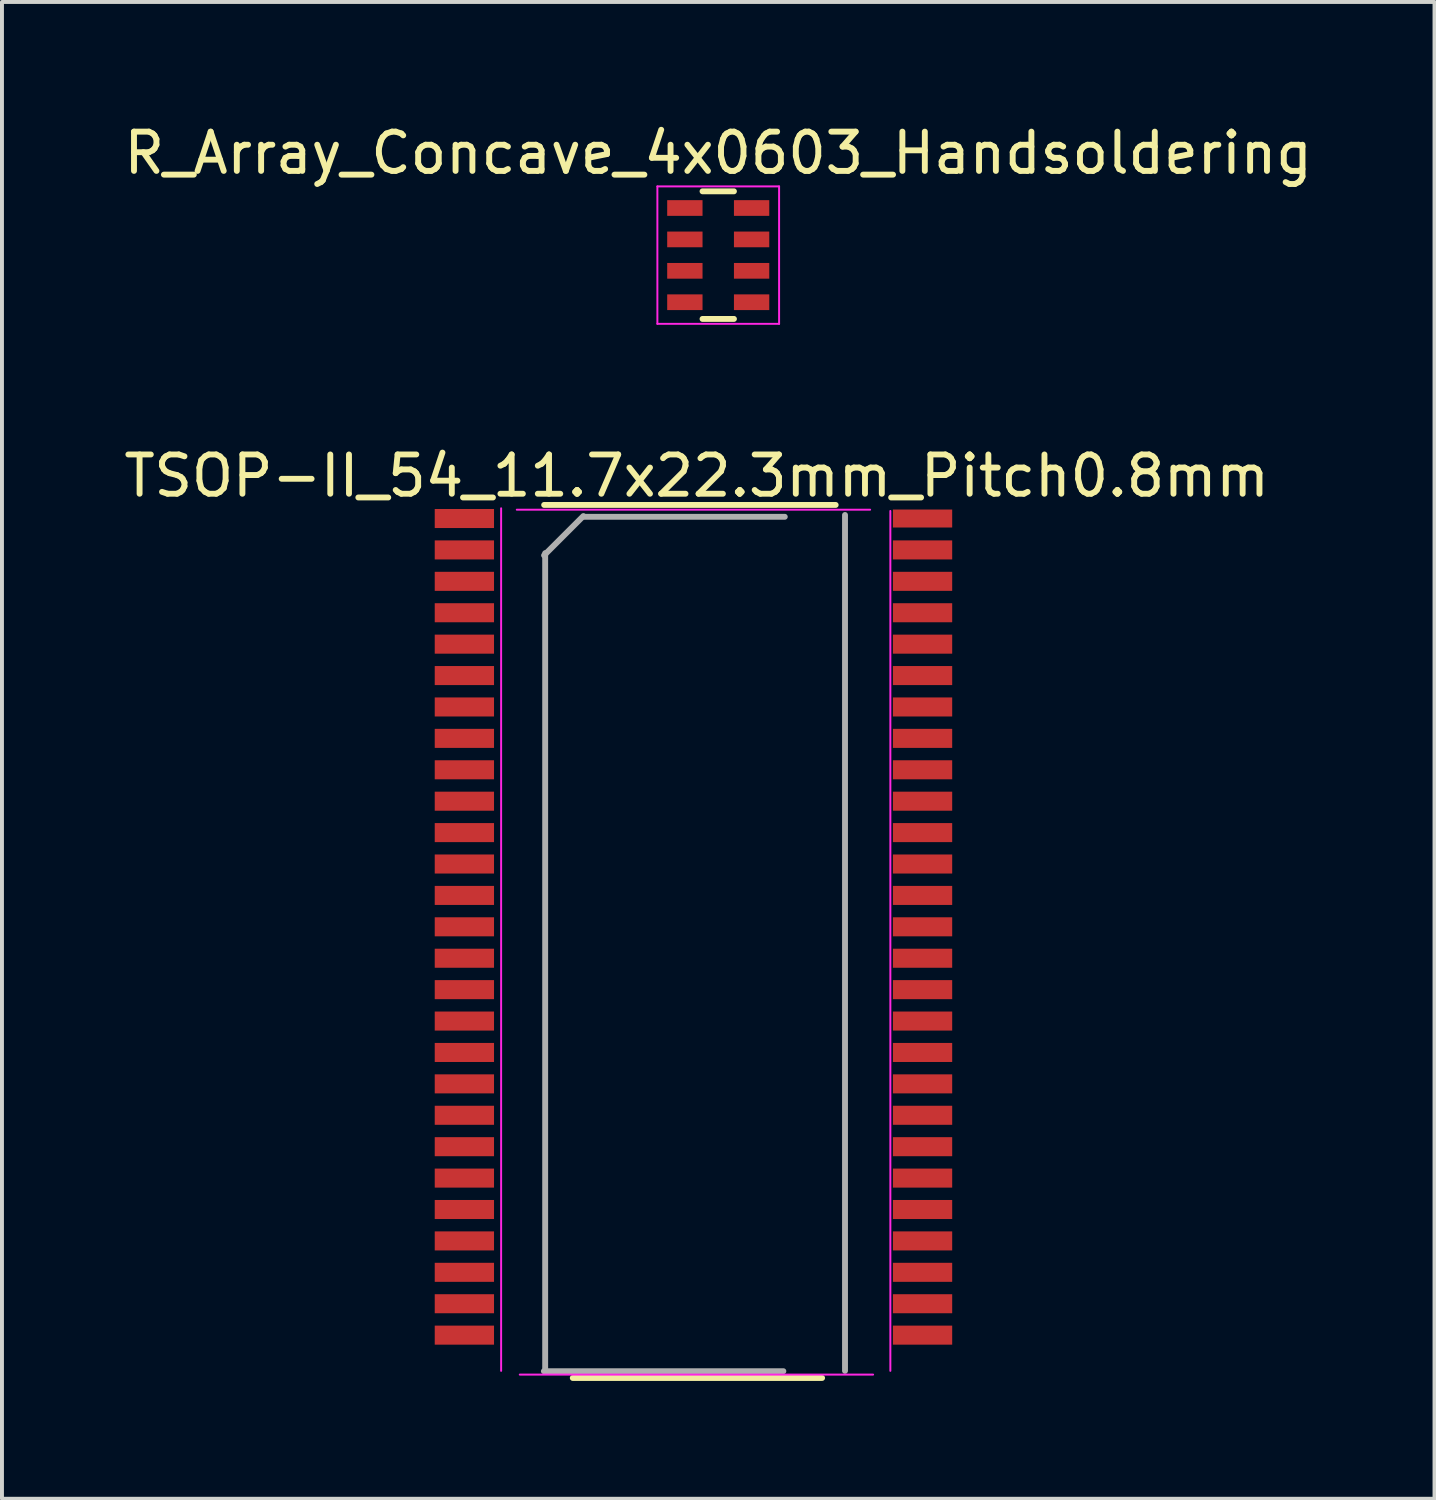
<source format=kicad_pcb>
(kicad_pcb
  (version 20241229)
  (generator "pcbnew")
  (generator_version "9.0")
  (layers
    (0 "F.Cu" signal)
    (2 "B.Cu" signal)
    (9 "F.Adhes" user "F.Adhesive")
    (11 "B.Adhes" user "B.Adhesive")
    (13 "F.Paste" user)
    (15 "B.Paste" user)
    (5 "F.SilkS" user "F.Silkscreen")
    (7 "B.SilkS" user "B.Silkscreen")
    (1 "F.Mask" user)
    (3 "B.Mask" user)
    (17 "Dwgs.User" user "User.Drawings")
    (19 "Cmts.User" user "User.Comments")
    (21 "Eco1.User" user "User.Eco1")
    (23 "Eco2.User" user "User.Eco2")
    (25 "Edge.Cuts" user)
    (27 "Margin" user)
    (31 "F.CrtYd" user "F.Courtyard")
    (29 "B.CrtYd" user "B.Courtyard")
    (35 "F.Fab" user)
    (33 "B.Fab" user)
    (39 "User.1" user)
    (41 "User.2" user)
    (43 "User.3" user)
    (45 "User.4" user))
  (footprint "R_Array_Concave_4x0603_Handsoldering"
    (layer "F.Cu")
    (at 15.244 3.448)
    (property "Reference" "R_Array_Concave_4x0603_Handsoldering" (at 0 -2.6 0) (layer "F.SilkS") (effects (font (size 1 1) (thickness 0.15))))
    (attr smd)
    (fp_line (start 0.4 -1.625) (end -0.4 -1.625) (stroke (width 0.15) (type solid)) (layer "F.SilkS"))
    (fp_line (start 0.4 1.625) (end -0.4 1.625) (stroke (width 0.15) (type solid)) (layer "F.SilkS"))
    (fp_line (start -1.55 -1.75) (end -1.55 1.75) (stroke (width 0.05) (type solid)) (layer "F.CrtYd"))
    (fp_line (start -1.55 -1.75) (end 1.55 -1.75) (stroke (width 0.05) (type solid)) (layer "F.CrtYd"))
    (fp_line (start -1.55 1.75) (end 1.55 1.75) (stroke (width 0.05) (type solid)) (layer "F.CrtYd"))
    (fp_line (start 1.55 -1.75) (end 1.55 1.75) (stroke (width 0.05) (type solid)) (layer "F.CrtYd"))
    (pad "1" smd rect (at -0.85 -1.2) (size 0.9 0.4) (layers "F.Cu" "F.Mask" "F.Paste"))
    (pad "2" smd rect (at -0.85 -0.4) (size 0.9 0.4) (layers "F.Cu" "F.Mask" "F.Paste"))
    (pad "3" smd rect (at -0.85 0.4) (size 0.9 0.4) (layers "F.Cu" "F.Mask" "F.Paste"))
    (pad "4" smd rect (at -0.85 1.2) (size 0.9 0.4) (layers "F.Cu" "F.Mask" "F.Paste"))
    (pad "5" smd rect (at 0.85 1.2) (size 0.9 0.4) (layers "F.Cu" "F.Mask" "F.Paste"))
    (pad "6" smd rect (at 0.85 0.4) (size 0.9 0.4) (layers "F.Cu" "F.Mask" "F.Paste"))
    (pad "7" smd rect (at 0.85 -0.4) (size 0.9 0.4) (layers "F.Cu" "F.Mask" "F.Paste"))
    (pad "8" smd rect (at 0.85 -1.2) (size 0.9 0.4) (layers "F.Cu" "F.Mask" "F.Paste")))
  (footprint "TSOP-II_54_11.7x22.3mm_Pitch0.8mm"
    (layer "F.Cu")
    (at 14.671 20.557)
    (property "Reference" "TSOP-II_54_11.7x22.3mm_Pitch0.8mm" (at 0.025 -11.486 0) (layer "F.SilkS") (effects (font (size 1 1) (thickness 0.15))))
    (attr smd)
    (fp_line (start -3.861 -10.746) (end 3.564 -10.746) (stroke (width 0.15) (type solid)) (layer "F.SilkS"))
    (fp_line (start -3.132 11.491) (end 3.218 11.491) (stroke (width 0.15) (type solid)) (layer "F.SilkS"))
    (fp_line (start -4.957 -10.66) (end -4.957 11.31) (stroke (width 0.05) (type solid)) (layer "F.CrtYd"))
    (fp_line (start -4.558 -10.625) (end 4.442 -10.625) (stroke (width 0.05) (type solid)) (layer "F.CrtYd"))
    (fp_line (start -4.482 11.405) (end 4.518 11.405) (stroke (width 0.05) (type solid)) (layer "F.CrtYd"))
    (fp_line (start 4.957 -10.592) (end 4.957 11.31) (stroke (width 0.05) (type solid)) (layer "F.CrtYd"))
    (fp_line (start -3.863 -9.462) (end -2.863 -10.462) (stroke (width 0.15) (type solid)) (layer "F.Fab"))
    (fp_line (start -3.835 11.326) (end -3.835 -9.518) (stroke (width 0.15) (type solid)) (layer "F.Fab"))
    (fp_line (start -2.832 -10.444) (end 2.268 -10.444) (stroke (width 0.15) (type solid)) (layer "F.Fab"))
    (fp_line (start 2.232 11.318) (end -3.868 11.318) (stroke (width 0.15) (type solid)) (layer "F.Fab"))
    (fp_line (start 3.802 -10.49) (end 3.802 11.31) (stroke (width 0.15) (type solid)) (layer "F.Fab"))
    (pad "1" smd rect (at -5.893 -10.4) (size 1.51 0.485) (layers "F.Cu" "F.Mask" "F.Paste"))
    (pad "2" smd rect (at -5.893 -9.6) (size 1.51 0.485) (layers "F.Cu" "F.Mask" "F.Paste"))
    (pad "3" smd rect (at -5.893 -8.8) (size 1.51 0.485) (layers "F.Cu" "F.Mask" "F.Paste"))
    (pad "4" smd rect (at -5.893 -8) (size 1.51 0.485) (layers "F.Cu" "F.Mask" "F.Paste"))
    (pad "5" smd rect (at -5.893 -7.2) (size 1.51 0.485) (layers "F.Cu" "F.Mask" "F.Paste"))
    (pad "6" smd rect (at -5.893 -6.4) (size 1.51 0.485) (layers "F.Cu" "F.Mask" "F.Paste"))
    (pad "7" smd rect (at -5.893 -5.6) (size 1.51 0.485) (layers "F.Cu" "F.Mask" "F.Paste"))
    (pad "8" smd rect (at -5.893 -4.8) (size 1.51 0.485) (layers "F.Cu" "F.Mask" "F.Paste"))
    (pad "9" smd rect (at -5.893 -4) (size 1.51 0.485) (layers "F.Cu" "F.Mask" "F.Paste"))
    (pad "10" smd rect (at -5.893 -3.2) (size 1.51 0.485) (layers "F.Cu" "F.Mask" "F.Paste"))
    (pad "11" smd rect (at -5.893 -2.4) (size 1.51 0.485) (layers "F.Cu" "F.Mask" "F.Paste"))
    (pad "12" smd rect (at -5.893 -1.6) (size 1.51 0.485) (layers "F.Cu" "F.Mask" "F.Paste"))
    (pad "13" smd rect (at -5.893 -0.8) (size 1.51 0.485) (layers "F.Cu" "F.Mask" "F.Paste"))
    (pad "14" smd rect (at -5.893 -0.00046) (size 1.51 0.485) (layers "F.Cu" "F.Mask" "F.Paste"))
    (pad "15" smd rect (at -5.893 0.8) (size 1.51 0.485) (layers "F.Cu" "F.Mask" "F.Paste"))
    (pad "16" smd rect (at -5.893 1.6) (size 1.51 0.485) (layers "F.Cu" "F.Mask" "F.Paste"))
    (pad "17" smd rect (at -5.893 2.4) (size 1.51 0.485) (layers "F.Cu" "F.Mask" "F.Paste"))
    (pad "18" smd rect (at -5.893 3.2) (size 1.51 0.485) (layers "F.Cu" "F.Mask" "F.Paste"))
    (pad "19" smd rect (at -5.893 4) (size 1.51 0.485) (layers "F.Cu" "F.Mask" "F.Paste"))
    (pad "20" smd rect (at -5.893 4.8) (size 1.51 0.485) (layers "F.Cu" "F.Mask" "F.Paste"))
    (pad "21" smd rect (at -5.893 5.6) (size 1.51 0.485) (layers "F.Cu" "F.Mask" "F.Paste"))
    (pad "22" smd rect (at -5.893 6.4) (size 1.51 0.485) (layers "F.Cu" "F.Mask" "F.Paste"))
    (pad "23" smd rect (at -5.893 7.2) (size 1.51 0.485) (layers "F.Cu" "F.Mask" "F.Paste"))
    (pad "24" smd rect (at -5.893 8) (size 1.51 0.485) (layers "F.Cu" "F.Mask" "F.Paste"))
    (pad "25" smd rect (at -5.893 8.8) (size 1.51 0.485) (layers "F.Cu" "F.Mask" "F.Paste"))
    (pad "26" smd rect (at -5.893 9.6) (size 1.51 0.485) (layers "F.Cu" "F.Mask" "F.Paste"))
    (pad "27" smd rect (at -5.893 10.4) (size 1.51 0.485) (layers "F.Cu" "F.Mask" "F.Paste"))
    (pad "28" smd rect (at 5.777 10.4) (size 1.51 0.485) (layers "F.Cu" "F.Mask" "F.Paste"))
    (pad "29" smd rect (at 5.777 9.6) (size 1.51 0.485) (layers "F.Cu" "F.Mask" "F.Paste"))
    (pad "30" smd rect (at 5.777 8.8) (size 1.51 0.485) (layers "F.Cu" "F.Mask" "F.Paste"))
    (pad "31" smd rect (at 5.777 8) (size 1.51 0.485) (layers "F.Cu" "F.Mask" "F.Paste"))
    (pad "32" smd rect (at 5.777 7.2) (size 1.51 0.485) (layers "F.Cu" "F.Mask" "F.Paste"))
    (pad "33" smd rect (at 5.777 6.4) (size 1.51 0.485) (layers "F.Cu" "F.Mask" "F.Paste"))
    (pad "34" smd rect (at 5.777 5.6) (size 1.51 0.485) (layers "F.Cu" "F.Mask" "F.Paste"))
    (pad "35" smd rect (at 5.777 4.8) (size 1.51 0.485) (layers "F.Cu" "F.Mask" "F.Paste"))
    (pad "36" smd rect (at 5.777 4) (size 1.51 0.485) (layers "F.Cu" "F.Mask" "F.Paste"))
    (pad "37" smd rect (at 5.777 3.2) (size 1.51 0.485) (layers "F.Cu" "F.Mask" "F.Paste"))
    (pad "38" smd rect (at 5.777 2.4) (size 1.51 0.485) (layers "F.Cu" "F.Mask" "F.Paste"))
    (pad "39" smd rect (at 5.777 1.6) (size 1.51 0.485) (layers "F.Cu" "F.Mask" "F.Paste"))
    (pad "40" smd rect (at 5.777 0.8) (size 1.51 0.485) (layers "F.Cu" "F.Mask" "F.Paste"))
    (pad "41" smd rect (at 5.777 -0.00046) (size 1.51 0.485) (layers "F.Cu" "F.Mask" "F.Paste"))
    (pad "42" smd rect (at 5.777 -0.8) (size 1.51 0.485) (layers "F.Cu" "F.Mask" "F.Paste"))
    (pad "43" smd rect (at 5.777 -1.6) (size 1.51 0.485) (layers "F.Cu" "F.Mask" "F.Paste"))
    (pad "44" smd rect (at 5.777 -2.4) (size 1.51 0.485) (layers "F.Cu" "F.Mask" "F.Paste"))
    (pad "45" smd rect (at 5.777 -3.2) (size 1.51 0.485) (layers "F.Cu" "F.Mask" "F.Paste"))
    (pad "46" smd rect (at 5.777 -4) (size 1.51 0.485) (layers "F.Cu" "F.Mask" "F.Paste"))
    (pad "47" smd rect (at 5.777 -4.8) (size 1.51 0.485) (layers "F.Cu" "F.Mask" "F.Paste"))
    (pad "48" smd rect (at 5.777 -5.6) (size 1.51 0.485) (layers "F.Cu" "F.Mask" "F.Paste"))
    (pad "49" smd rect (at 5.777 -6.4) (size 1.51 0.485) (layers "F.Cu" "F.Mask" "F.Paste"))
    (pad "50" smd rect (at 5.777 -7.2) (size 1.51 0.485) (layers "F.Cu" "F.Mask" "F.Paste"))
    (pad "51" smd rect (at 5.777 -8) (size 1.51 0.485) (layers "F.Cu" "F.Mask" "F.Paste"))
    (pad "52" smd rect (at 5.777 -8.8) (size 1.51 0.485) (layers "F.Cu" "F.Mask" "F.Paste"))
    (pad "53" smd rect (at 5.777 -9.6) (size 1.51 0.485) (layers "F.Cu" "F.Mask" "F.Paste"))
    (pad "54" smd rect (at 5.777 -10.4) (size 1.51 0.458) (layers "F.Cu" "F.Mask" "F.Paste")))
  (gr_rect
    (start -3 -3)
    (end 33.488 35.124)
    (stroke (width 0.1) (type default))
    (fill no)
    (layer "Edge.Cuts")))
</source>
